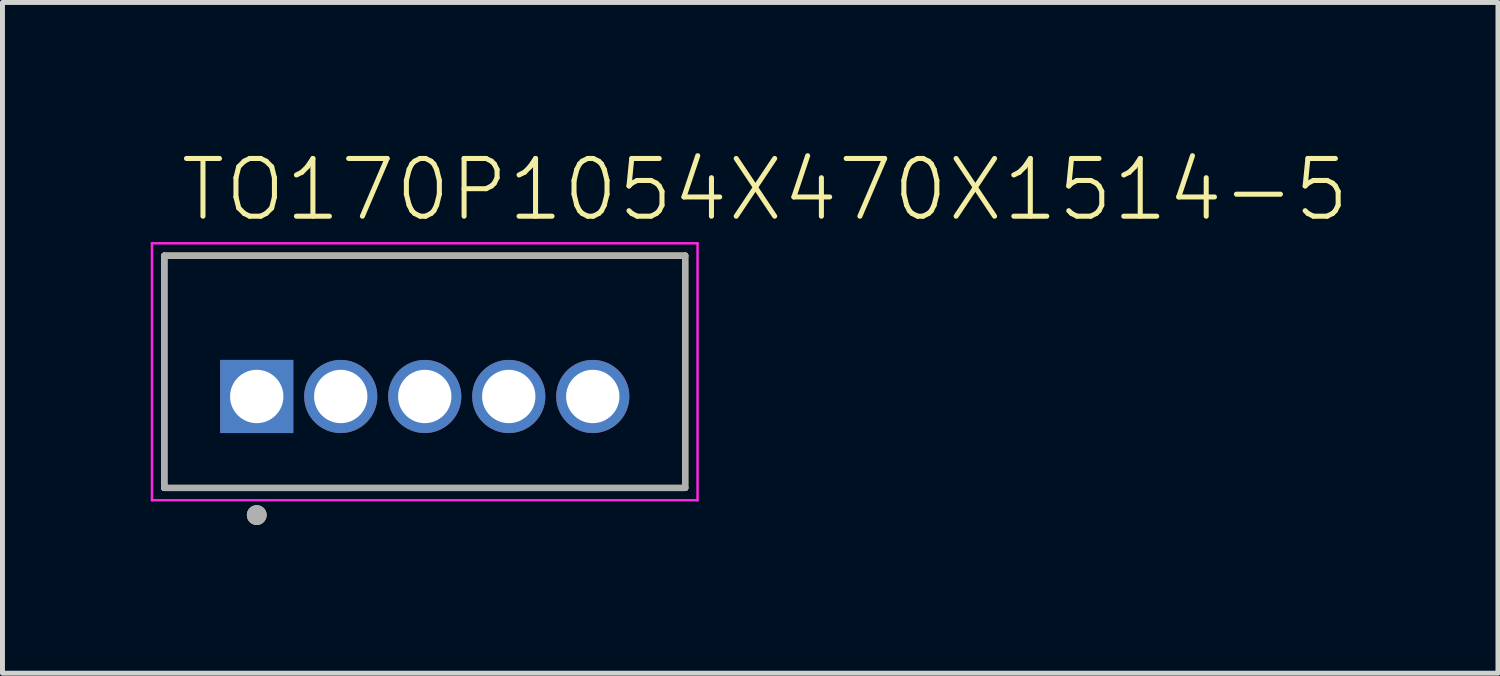
<source format=kicad_pcb>
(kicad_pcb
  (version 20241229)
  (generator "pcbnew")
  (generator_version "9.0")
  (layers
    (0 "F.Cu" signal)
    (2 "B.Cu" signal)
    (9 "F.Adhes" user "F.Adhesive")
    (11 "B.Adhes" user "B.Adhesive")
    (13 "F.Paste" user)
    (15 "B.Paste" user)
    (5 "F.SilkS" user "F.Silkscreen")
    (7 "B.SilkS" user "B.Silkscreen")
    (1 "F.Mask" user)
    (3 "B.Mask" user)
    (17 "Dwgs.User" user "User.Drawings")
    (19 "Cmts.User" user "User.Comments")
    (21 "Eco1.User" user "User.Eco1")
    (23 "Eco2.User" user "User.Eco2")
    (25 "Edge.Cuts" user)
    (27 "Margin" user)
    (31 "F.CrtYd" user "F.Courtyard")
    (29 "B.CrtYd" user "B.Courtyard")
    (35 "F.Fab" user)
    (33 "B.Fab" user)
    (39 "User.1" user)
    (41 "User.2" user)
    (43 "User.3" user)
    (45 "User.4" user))
  (footprint "TO170P1054X470X1514-5"
    (layer "F.Cu")
    (at 5.545 4.973)
    (property "Reference" "TO170P1054X470X1514-5" (at -5 -3.5 0) (layer "F.SilkS") (effects (font (size 1.168 1.168) (thickness 0.102)) (justify left bottom)))
    (fp_line (start -5.27 -2.85) (end 5.27 -2.85) (stroke (width 0.127) (type solid)) (layer "F.SilkS"))
    (fp_line (start -5.27 1.85) (end -5.27 -2.85) (stroke (width 0.127) (type solid)) (layer "F.SilkS"))
    (fp_line (start 5.27 -2.85) (end 5.27 1.85) (stroke (width 0.127) (type solid)) (layer "F.SilkS"))
    (fp_line (start 5.27 1.85) (end -5.27 1.85) (stroke (width 0.127) (type solid)) (layer "F.SilkS"))
    (fp_circle (center -3.4 2.4) (end -3.3 2.4) (stroke (width 0.2) (type solid)) (fill no) (layer "F.SilkS"))
    (fp_line (start -5.52 -3.1) (end 5.52 -3.1) (stroke (width 0.05) (type solid)) (layer "F.CrtYd"))
    (fp_line (start -5.52 2.1) (end -5.52 -3.1) (stroke (width 0.05) (type solid)) (layer "F.CrtYd"))
    (fp_line (start 5.52 -3.1) (end 5.52 2.1) (stroke (width 0.05) (type solid)) (layer "F.CrtYd"))
    (fp_line (start 5.52 2.1) (end -5.52 2.1) (stroke (width 0.05) (type solid)) (layer "F.CrtYd"))
    (fp_line (start -5.27 -2.85) (end 5.27 -2.85) (stroke (width 0.127) (type solid)) (layer "F.Fab"))
    (fp_line (start -5.27 1.85) (end -5.27 -2.85) (stroke (width 0.127) (type solid)) (layer "F.Fab"))
    (fp_line (start 5.27 -2.85) (end 5.27 1.85) (stroke (width 0.127) (type solid)) (layer "F.Fab"))
    (fp_line (start 5.27 1.85) (end -5.27 1.85) (stroke (width 0.127) (type solid)) (layer "F.Fab"))
    (fp_circle (center -3.4 2.4) (end -3.3 2.4) (stroke (width 0.2) (type solid)) (fill no) (layer "F.Fab"))
    (pad "1" thru_hole rect (at -3.4 0) (size 1.48 1.48) (drill 1.08) (layers "*.Cu" "*.Mask"))
    (pad "2" thru_hole circle (at -1.7 0) (size 1.48 1.48) (drill 1.08) (layers "*.Cu" "*.Mask"))
    (pad "3" thru_hole circle (at 0 0) (size 1.48 1.48) (drill 1.08) (layers "*.Cu" "*.Mask"))
    (pad "4" thru_hole circle (at 1.7 0) (size 1.48 1.48) (drill 1.08) (layers "*.Cu" "*.Mask"))
    (pad "5" thru_hole circle (at 3.4 0) (size 1.48 1.48) (drill 1.08) (layers "*.Cu" "*.Mask")))
  (gr_rect
    (start -3 -3)
    (end 27.262 10.573)
    (stroke (width 0.1) (type default))
    (fill no)
    (layer "Edge.Cuts")))
</source>
